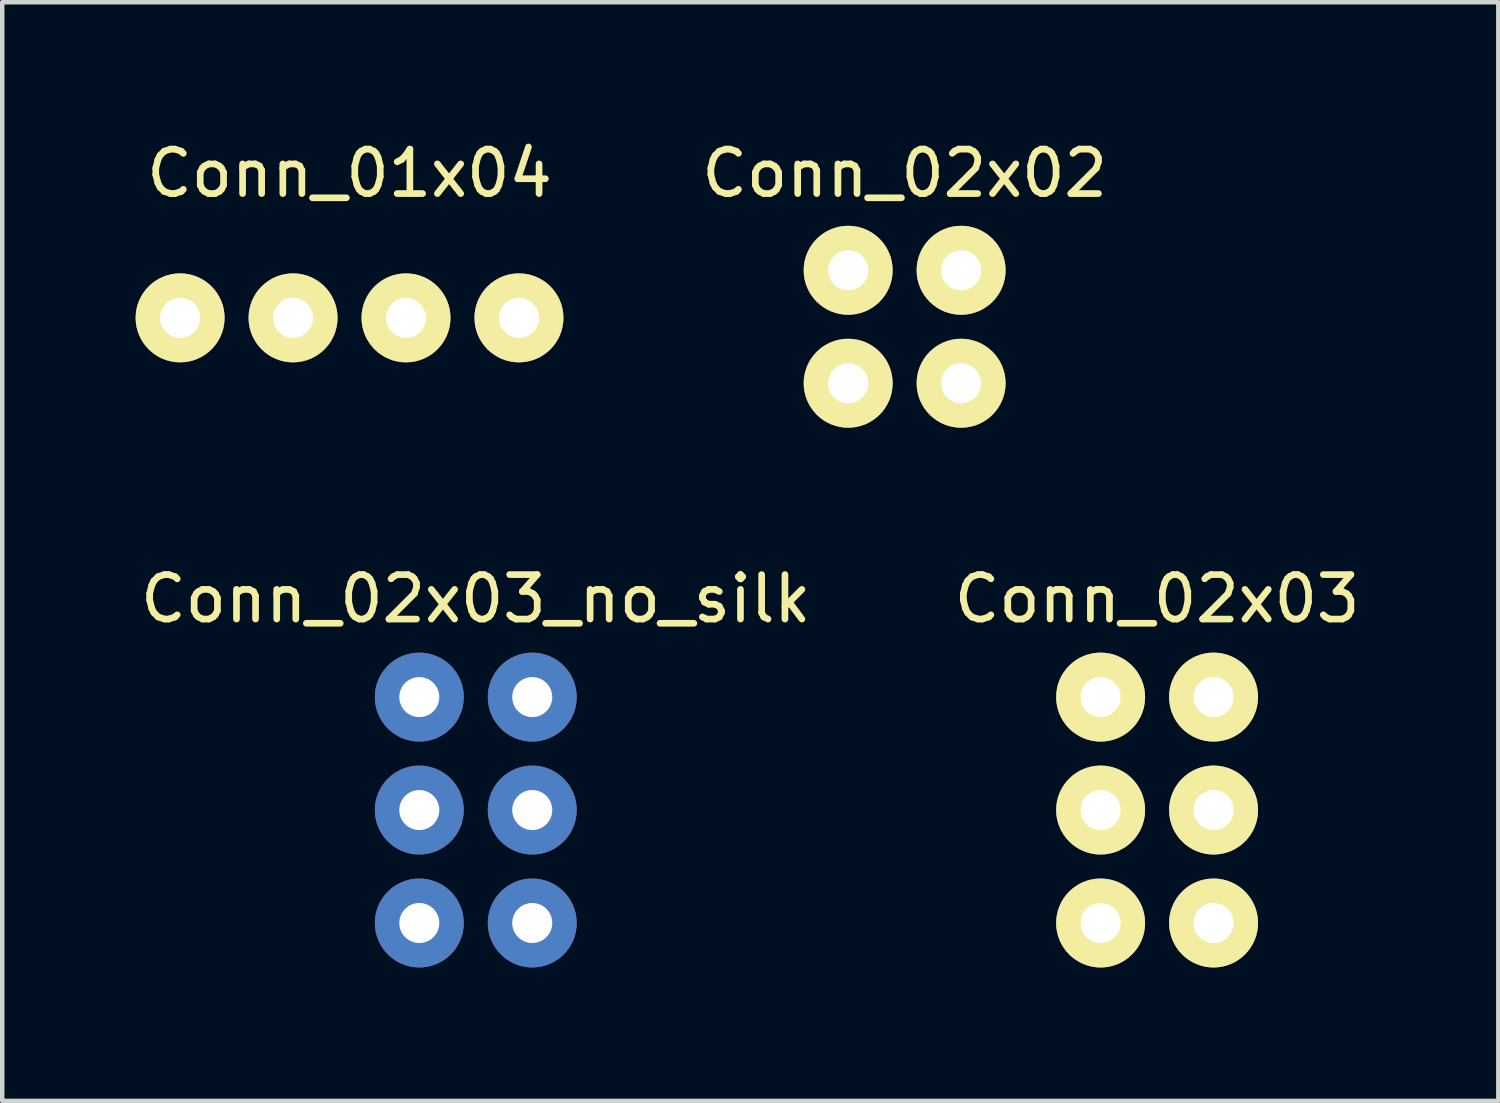
<source format=kicad_pcb>
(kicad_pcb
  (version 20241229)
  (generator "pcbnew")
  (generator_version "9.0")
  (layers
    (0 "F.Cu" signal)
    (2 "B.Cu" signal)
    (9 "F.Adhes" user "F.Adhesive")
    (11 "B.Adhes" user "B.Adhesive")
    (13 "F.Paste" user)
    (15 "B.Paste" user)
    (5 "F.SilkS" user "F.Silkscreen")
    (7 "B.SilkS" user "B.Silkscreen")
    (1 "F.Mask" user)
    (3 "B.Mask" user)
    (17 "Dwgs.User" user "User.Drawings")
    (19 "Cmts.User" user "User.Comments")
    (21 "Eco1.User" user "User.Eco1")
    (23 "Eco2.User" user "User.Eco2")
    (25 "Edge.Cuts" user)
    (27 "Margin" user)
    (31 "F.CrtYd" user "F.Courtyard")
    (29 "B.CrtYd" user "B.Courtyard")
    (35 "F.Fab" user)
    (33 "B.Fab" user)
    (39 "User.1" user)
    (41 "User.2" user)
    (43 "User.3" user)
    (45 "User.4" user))
  (footprint "Conn_02x03"
    (layer "F.Cu")
    (at 22.97 15.166)
    (property "Reference" "Conn_02x03" (at 0 -4.75 0) (layer "F.SilkS") (effects (font (size 1 1) (thickness 0.15))))
    (attr through_hole)
    (pad "1" thru_hole circle (at -1.27 -2.54) (size 2 2) (drill 0.9) (layers "*.Cu" "*.Mask" "F.SilkS"))
    (pad "2" thru_hole circle (at 1.27 -2.54) (size 2 2) (drill 0.9) (layers "*.Cu" "*.Mask" "F.SilkS"))
    (pad "3" thru_hole circle (at -1.27 0) (size 2 2) (drill 0.9) (layers "*.Cu" "*.Mask" "F.SilkS"))
    (pad "4" thru_hole circle (at 1.27 0) (size 2 2) (drill 0.9) (layers "*.Cu" "*.Mask" "F.SilkS"))
    (pad "5" thru_hole circle (at -1.27 2.54) (size 2 2) (drill 0.9) (layers "*.Cu" "*.Mask" "F.SilkS"))
    (pad "6" thru_hole circle (at 1.27 2.54) (size 2 2) (drill 0.9) (layers "*.Cu" "*.Mask" "F.SilkS")))
  (footprint "Conn_01x04"
    (layer "F.Cu")
    (at 4.81 4.098)
    (property "Reference" "Conn_01x04" (at 0 -3.25 0) (layer "F.SilkS") (effects (font (size 1 1) (thickness 0.15))))
    (attr through_hole)
    (pad "1" thru_hole circle (at -3.81 0) (size 2 2) (drill 0.9) (layers "*.Cu" "*.Mask" "F.SilkS"))
    (pad "2" thru_hole circle (at -1.27 0) (size 2 2) (drill 0.9) (layers "*.Cu" "*.Mask" "F.SilkS"))
    (pad "3" thru_hole circle (at 1.27 0) (size 2 2) (drill 0.9) (layers "*.Cu" "*.Mask" "F.SilkS"))
    (pad "4" thru_hole circle (at 3.81 0) (size 2 2) (drill 0.9) (layers "*.Cu" "*.Mask" "F.SilkS")))
  (footprint "Conn_02x02"
    (layer "F.Cu")
    (at 17.293 4.298)
    (property "Reference" "Conn_02x02" (at 0 -3.45 0) (layer "F.SilkS") (effects (font (size 1 1) (thickness 0.15))))
    (attr through_hole)
    (pad "1" thru_hole circle (at -1.27 -1.27) (size 2 2) (drill 0.9) (layers "*.Cu" "*.Mask" "F.SilkS"))
    (pad "2" thru_hole circle (at 1.27 -1.27) (size 2 2) (drill 0.9) (layers "*.Cu" "*.Mask" "F.SilkS"))
    (pad "3" thru_hole circle (at -1.27 1.27) (size 2 2) (drill 0.9) (layers "*.Cu" "*.Mask" "F.SilkS"))
    (pad "4" thru_hole circle (at 1.27 1.27) (size 2 2) (drill 0.9) (layers "*.Cu" "*.Mask" "F.SilkS")))
  (footprint "Conn_02x03_no_silk"
    (layer "F.Cu")
    (at 7.649 15.166)
    (property "Reference" "Conn_02x03_no_silk" (at 0 -4.75 0) (layer "F.SilkS") (effects (font (size 1 1) (thickness 0.15))))
    (attr through_hole)
    (pad "1" thru_hole circle (at -1.27 -2.54) (size 2 2) (drill 0.9) (layers "*.Cu" "*.Mask"))
    (pad "2" thru_hole circle (at 1.27 -2.54) (size 2 2) (drill 0.9) (layers "*.Cu" "*.Mask"))
    (pad "3" thru_hole circle (at -1.27 0) (size 2 2) (drill 0.9) (layers "*.Cu" "*.Mask"))
    (pad "4" thru_hole circle (at 1.27 0) (size 2 2) (drill 0.9) (layers "*.Cu" "*.Mask"))
    (pad "5" thru_hole circle (at -1.27 2.54) (size 2 2) (drill 0.9) (layers "*.Cu" "*.Mask"))
    (pad "6" thru_hole circle (at 1.27 2.54) (size 2 2) (drill 0.9) (layers "*.Cu" "*.Mask")))
  (gr_rect
    (start -3 -3)
    (end 30.643 21.706)
    (stroke (width 0.1) (type default))
    (fill no)
    (layer "Edge.Cuts")))
</source>
